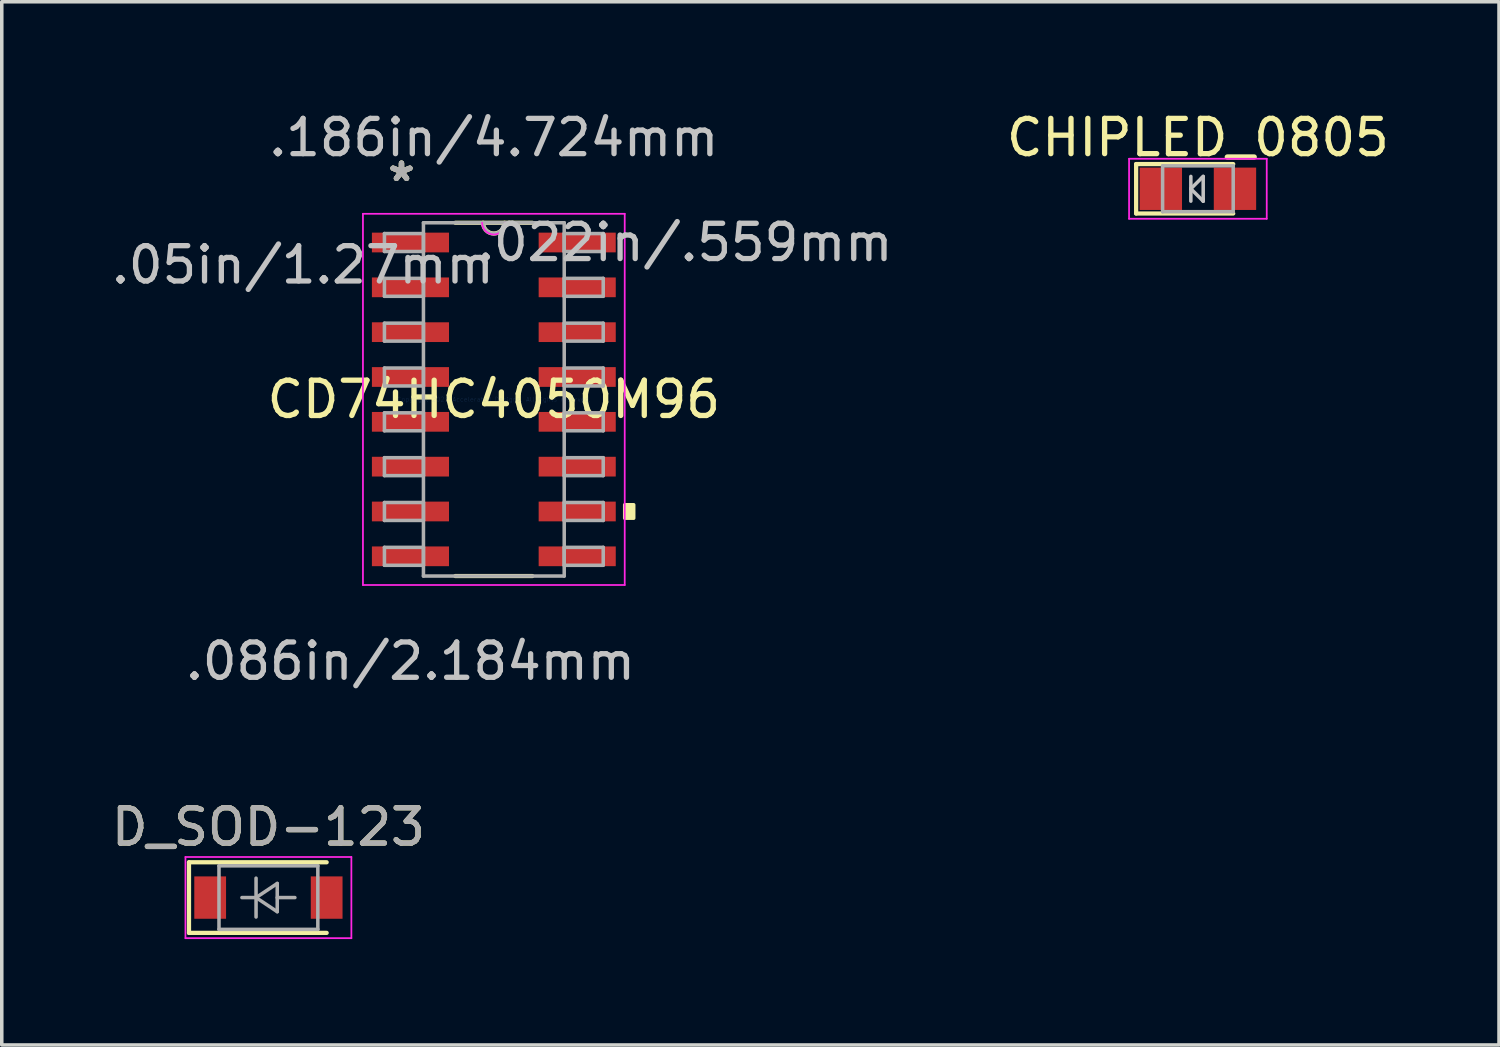
<source format=kicad_pcb>
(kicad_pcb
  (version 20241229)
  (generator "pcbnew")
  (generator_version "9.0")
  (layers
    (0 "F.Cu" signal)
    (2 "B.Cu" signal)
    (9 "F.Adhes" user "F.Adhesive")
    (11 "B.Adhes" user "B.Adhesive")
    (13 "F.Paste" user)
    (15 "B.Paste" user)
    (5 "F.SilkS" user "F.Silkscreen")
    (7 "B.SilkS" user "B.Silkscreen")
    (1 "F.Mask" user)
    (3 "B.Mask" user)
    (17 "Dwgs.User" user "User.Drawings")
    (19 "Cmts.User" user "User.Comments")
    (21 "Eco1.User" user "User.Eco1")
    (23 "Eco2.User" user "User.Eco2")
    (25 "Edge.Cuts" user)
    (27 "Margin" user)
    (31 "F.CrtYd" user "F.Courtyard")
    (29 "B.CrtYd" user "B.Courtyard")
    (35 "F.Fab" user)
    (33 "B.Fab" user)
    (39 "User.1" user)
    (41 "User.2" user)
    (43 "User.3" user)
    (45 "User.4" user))
  (footprint "D_SOD-123"
    (layer "F.Cu")
    (at 4.554 22.378)
    (property "Reference" "D_SOD-123" (at 0 -2 0) (layer "F.SilkS") (effects (font (size 1 1) (thickness 0.15))))
    (attr smd)
    (fp_line (start -2.25 -1) (end -2.25 1) (stroke (width 0.12) (type solid)) (layer "F.SilkS"))
    (fp_line (start -2.25 -1) (end 1.65 -1) (stroke (width 0.12) (type solid)) (layer "F.SilkS"))
    (fp_line (start -2.25 1) (end 1.65 1) (stroke (width 0.12) (type solid)) (layer "F.SilkS"))
    (fp_line (start -2.35 -1.15) (end -2.35 1.15) (stroke (width 0.05) (type solid)) (layer "F.CrtYd"))
    (fp_line (start -2.35 -1.15) (end 2.35 -1.15) (stroke (width 0.05) (type solid)) (layer "F.CrtYd"))
    (fp_line (start 2.35 -1.15) (end 2.35 1.15) (stroke (width 0.05) (type solid)) (layer "F.CrtYd"))
    (fp_line (start 2.35 1.15) (end -2.35 1.15) (stroke (width 0.05) (type solid)) (layer "F.CrtYd"))
    (fp_line (start -1.4 -0.9) (end 1.4 -0.9) (stroke (width 0.1) (type solid)) (layer "F.Fab"))
    (fp_line (start -1.4 0.9) (end -1.4 -0.9) (stroke (width 0.1) (type solid)) (layer "F.Fab"))
    (fp_line (start -0.75 0) (end -0.35 0) (stroke (width 0.1) (type solid)) (layer "F.Fab"))
    (fp_line (start -0.35 0) (end -0.35 -0.55) (stroke (width 0.1) (type solid)) (layer "F.Fab"))
    (fp_line (start -0.35 0) (end -0.35 0.55) (stroke (width 0.1) (type solid)) (layer "F.Fab"))
    (fp_line (start -0.35 0) (end 0.25 -0.4) (stroke (width 0.1) (type solid)) (layer "F.Fab"))
    (fp_line (start 0.25 -0.4) (end 0.25 0.4) (stroke (width 0.1) (type solid)) (layer "F.Fab"))
    (fp_line (start 0.25 0) (end 0.75 0) (stroke (width 0.1) (type solid)) (layer "F.Fab"))
    (fp_line (start 0.25 0.4) (end -0.35 0) (stroke (width 0.1) (type solid)) (layer "F.Fab"))
    (fp_line (start 1.4 -0.9) (end 1.4 0.9) (stroke (width 0.1) (type solid)) (layer "F.Fab"))
    (fp_line (start 1.4 0.9) (end -1.4 0.9) (stroke (width 0.1) (type solid)) (layer "F.Fab"))
    (fp_text user "${REFERENCE}" (at 0 -2 0) (layer "F.Fab") (effects (font (size 1 1) (thickness 0.15))))
    (pad "1" smd rect (at -1.65 0) (size 0.9 1.2) (layers "F.Cu" "F.Mask" "F.Paste"))
    (pad "2" smd rect (at 1.65 0) (size 0.9 1.2) (layers "F.Cu" "F.Mask" "F.Paste")))
  (footprint "CHIPLED_0805"
    (layer "F.Cu")
    (at 30.886 2.298)
    (property "Reference" "CHIPLED_0805" (at 0 -1.45 0) (layer "F.SilkS") (effects (font (size 1 1) (thickness 0.15))))
    (attr smd)
    (fp_line (start -1.75 -0.7) (end -1.75 0.7) (stroke (width 0.12) (type solid)) (layer "F.SilkS"))
    (fp_line (start -1.75 -0.7) (end 1 -0.7) (stroke (width 0.12) (type solid)) (layer "F.SilkS"))
    (fp_line (start -1.75 0.7) (end 1 0.7) (stroke (width 0.12) (type solid)) (layer "F.SilkS"))
    (fp_line (start -0.2 0) (end -0.2 -0.35) (stroke (width 0.1) (type solid)) (layer "Dwgs.User"))
    (fp_line (start -0.2 0) (end 0.1 -0.3) (stroke (width 0.1) (type solid)) (layer "Dwgs.User"))
    (fp_line (start -0.2 0.35) (end -0.2 0) (stroke (width 0.1) (type solid)) (layer "Dwgs.User"))
    (fp_line (start 0.1 -0.3) (end 0.15 -0.35) (stroke (width 0.1) (type solid)) (layer "Dwgs.User"))
    (fp_line (start 0.15 -0.35) (end 0.15 0.3) (stroke (width 0.1) (type solid)) (layer "Dwgs.User"))
    (fp_line (start 0.15 0.3) (end 0.15 0.35) (stroke (width 0.1) (type solid)) (layer "Dwgs.User"))
    (fp_line (start 0.15 0.35) (end -0.2 0) (stroke (width 0.1) (type solid)) (layer "Dwgs.User"))
    (fp_line (start 0.15 0.35) (end 0.15 0.3) (stroke (width 0.1) (type solid)) (layer "Dwgs.User"))
    (fp_line (start -1.95 -0.85) (end 1.95 -0.85) (stroke (width 0.05) (type solid)) (layer "F.CrtYd"))
    (fp_line (start -1.95 0.85) (end -1.95 -0.85) (stroke (width 0.05) (type solid)) (layer "F.CrtYd"))
    (fp_line (start 1.95 -0.85) (end 1.95 0.85) (stroke (width 0.05) (type solid)) (layer "F.CrtYd"))
    (fp_line (start 1.95 0.85) (end -1.95 0.85) (stroke (width 0.05) (type solid)) (layer "F.CrtYd"))
    (fp_line (start -1 -0.65) (end 1 -0.65) (stroke (width 0.1) (type solid)) (layer "F.Fab"))
    (fp_line (start -1 0.65) (end -1 -0.65) (stroke (width 0.1) (type solid)) (layer "F.Fab"))
    (fp_line (start 1 -0.65) (end 1 0.65) (stroke (width 0.1) (type solid)) (layer "F.Fab"))
    (fp_line (start 1 0.65) (end -1 0.65) (stroke (width 0.1) (type solid)) (layer "F.Fab"))
    (pad "1" smd rect (at -1.05 0 180) (size 1.2 1.2) (layers "F.Cu" "F.Mask" "F.Paste"))
    (pad "2" smd rect (at 1.05 0 180) (size 1.2 1.2) (layers "F.Cu" "F.Mask" "F.Paste")))
  (footprint "CD74HC4050M96"
    (layer "F.Cu")
    (at 10.94 8.265)
    (property "Reference" "CD74HC4050M96" (at 0 0 0) (layer "F.SilkS") (effects (font (size 1 1) (thickness 0.15))))
    (attr through_hole)
    (fp_line (start -1.089 5.004) (end 1.089 5.004) (stroke (width 0.12) (type solid)) (layer "F.SilkS"))
    (fp_line (start 1.089 -5.004) (end -1.089 -5.004) (stroke (width 0.12) (type solid)) (layer "F.SilkS"))
    (fp_arc (start 0.3048 -5.0038) (mid 0 -4.699) (end -0.3048 -5.0038) (stroke (width 0.12) (type solid)) (layer "F.SilkS"))
    (fp_poly (pts (xy 3.962 2.985) (xy 3.962 3.365) (xy 3.708 3.365) (xy 3.708 2.985)) (stroke (width 0.1) (type solid)) (fill yes) (layer "F.SilkS"))
    (fp_line (start -3.708 -5.258) (end 3.708 -5.258) (stroke (width 0.05) (type solid)) (layer "F.CrtYd"))
    (fp_line (start -3.708 5.258) (end -3.708 -5.258) (stroke (width 0.05) (type solid)) (layer "F.CrtYd"))
    (fp_line (start 3.708 -5.258) (end 3.708 5.258) (stroke (width 0.05) (type solid)) (layer "F.CrtYd"))
    (fp_line (start 3.708 5.258) (end -3.708 5.258) (stroke (width 0.05) (type solid)) (layer "F.CrtYd"))
    (fp_arc (start 0.332317 -5.0038) (mid 0 -4.671483) (end -0.332317 -5.0038) (stroke (width 0.05) (type solid)) (layer "F.CrtYd"))
    (fp_line (start -3.099 -4.699) (end -3.099 -4.191) (stroke (width 0.1) (type solid)) (layer "F.Fab"))
    (fp_line (start -3.099 -4.191) (end -1.994 -4.191) (stroke (width 0.1) (type solid)) (layer "F.Fab"))
    (fp_line (start -3.099 -3.429) (end -3.099 -2.921) (stroke (width 0.1) (type solid)) (layer "F.Fab"))
    (fp_line (start -3.099 -2.921) (end -1.994 -2.921) (stroke (width 0.1) (type solid)) (layer "F.Fab"))
    (fp_line (start -3.099 -2.159) (end -3.099 -1.651) (stroke (width 0.1) (type solid)) (layer "F.Fab"))
    (fp_line (start -3.099 -1.651) (end -1.994 -1.651) (stroke (width 0.1) (type solid)) (layer "F.Fab"))
    (fp_line (start -3.099 -0.889) (end -3.099 -0.381) (stroke (width 0.1) (type solid)) (layer "F.Fab"))
    (fp_line (start -3.099 -0.381) (end -1.994 -0.381) (stroke (width 0.1) (type solid)) (layer "F.Fab"))
    (fp_line (start -3.099 0.381) (end -3.099 0.889) (stroke (width 0.1) (type solid)) (layer "F.Fab"))
    (fp_line (start -3.099 0.889) (end -1.994 0.889) (stroke (width 0.1) (type solid)) (layer "F.Fab"))
    (fp_line (start -3.099 1.651) (end -3.099 2.159) (stroke (width 0.1) (type solid)) (layer "F.Fab"))
    (fp_line (start -3.099 2.159) (end -1.994 2.159) (stroke (width 0.1) (type solid)) (layer "F.Fab"))
    (fp_line (start -3.099 2.921) (end -3.099 3.429) (stroke (width 0.1) (type solid)) (layer "F.Fab"))
    (fp_line (start -3.099 3.429) (end -1.994 3.429) (stroke (width 0.1) (type solid)) (layer "F.Fab"))
    (fp_line (start -3.099 4.191) (end -3.099 4.699) (stroke (width 0.1) (type solid)) (layer "F.Fab"))
    (fp_line (start -3.099 4.699) (end -1.994 4.699) (stroke (width 0.1) (type solid)) (layer "F.Fab"))
    (fp_line (start -1.994 -5.004) (end -1.994 5.004) (stroke (width 0.1) (type solid)) (layer "F.Fab"))
    (fp_line (start -1.994 -4.699) (end -3.099 -4.699) (stroke (width 0.1) (type solid)) (layer "F.Fab"))
    (fp_line (start -1.994 -4.191) (end -1.994 -4.699) (stroke (width 0.1) (type solid)) (layer "F.Fab"))
    (fp_line (start -1.994 -3.429) (end -3.099 -3.429) (stroke (width 0.1) (type solid)) (layer "F.Fab"))
    (fp_line (start -1.994 -2.921) (end -1.994 -3.429) (stroke (width 0.1) (type solid)) (layer "F.Fab"))
    (fp_line (start -1.994 -2.159) (end -3.099 -2.159) (stroke (width 0.1) (type solid)) (layer "F.Fab"))
    (fp_line (start -1.994 -1.651) (end -1.994 -2.159) (stroke (width 0.1) (type solid)) (layer "F.Fab"))
    (fp_line (start -1.994 -0.889) (end -3.099 -0.889) (stroke (width 0.1) (type solid)) (layer "F.Fab"))
    (fp_line (start -1.994 -0.381) (end -1.994 -0.889) (stroke (width 0.1) (type solid)) (layer "F.Fab"))
    (fp_line (start -1.994 0.381) (end -3.099 0.381) (stroke (width 0.1) (type solid)) (layer "F.Fab"))
    (fp_line (start -1.994 0.889) (end -1.994 0.381) (stroke (width 0.1) (type solid)) (layer "F.Fab"))
    (fp_line (start -1.994 1.651) (end -3.099 1.651) (stroke (width 0.1) (type solid)) (layer "F.Fab"))
    (fp_line (start -1.994 2.159) (end -1.994 1.651) (stroke (width 0.1) (type solid)) (layer "F.Fab"))
    (fp_line (start -1.994 2.921) (end -3.099 2.921) (stroke (width 0.1) (type solid)) (layer "F.Fab"))
    (fp_line (start -1.994 3.429) (end -1.994 2.921) (stroke (width 0.1) (type solid)) (layer "F.Fab"))
    (fp_line (start -1.994 4.191) (end -3.099 4.191) (stroke (width 0.1) (type solid)) (layer "F.Fab"))
    (fp_line (start -1.994 4.699) (end -1.994 4.191) (stroke (width 0.1) (type solid)) (layer "F.Fab"))
    (fp_line (start -1.994 5.004) (end 1.994 5.004) (stroke (width 0.1) (type solid)) (layer "F.Fab"))
    (fp_line (start 1.994 -5.004) (end -1.994 -5.004) (stroke (width 0.1) (type solid)) (layer "F.Fab"))
    (fp_line (start 1.994 -4.699) (end 1.994 -4.191) (stroke (width 0.1) (type solid)) (layer "F.Fab"))
    (fp_line (start 1.994 -4.191) (end 3.099 -4.191) (stroke (width 0.1) (type solid)) (layer "F.Fab"))
    (fp_line (start 1.994 -3.429) (end 1.994 -2.921) (stroke (width 0.1) (type solid)) (layer "F.Fab"))
    (fp_line (start 1.994 -2.921) (end 3.099 -2.921) (stroke (width 0.1) (type solid)) (layer "F.Fab"))
    (fp_line (start 1.994 -2.159) (end 1.994 -1.651) (stroke (width 0.1) (type solid)) (layer "F.Fab"))
    (fp_line (start 1.994 -1.651) (end 3.099 -1.651) (stroke (width 0.1) (type solid)) (layer "F.Fab"))
    (fp_line (start 1.994 -0.889) (end 1.994 -0.381) (stroke (width 0.1) (type solid)) (layer "F.Fab"))
    (fp_line (start 1.994 -0.381) (end 3.099 -0.381) (stroke (width 0.1) (type solid)) (layer "F.Fab"))
    (fp_line (start 1.994 0.381) (end 1.994 0.889) (stroke (width 0.1) (type solid)) (layer "F.Fab"))
    (fp_line (start 1.994 0.889) (end 3.099 0.889) (stroke (width 0.1) (type solid)) (layer "F.Fab"))
    (fp_line (start 1.994 1.651) (end 1.994 2.159) (stroke (width 0.1) (type solid)) (layer "F.Fab"))
    (fp_line (start 1.994 2.159) (end 3.099 2.159) (stroke (width 0.1) (type solid)) (layer "F.Fab"))
    (fp_line (start 1.994 2.921) (end 1.994 3.429) (stroke (width 0.1) (type solid)) (layer "F.Fab"))
    (fp_line (start 1.994 3.429) (end 3.099 3.429) (stroke (width 0.1) (type solid)) (layer "F.Fab"))
    (fp_line (start 1.994 4.191) (end 1.994 4.699) (stroke (width 0.1) (type solid)) (layer "F.Fab"))
    (fp_line (start 1.994 4.699) (end 3.099 4.699) (stroke (width 0.1) (type solid)) (layer "F.Fab"))
    (fp_line (start 1.994 5.004) (end 1.994 -5.004) (stroke (width 0.1) (type solid)) (layer "F.Fab"))
    (fp_line (start 3.099 -4.699) (end 1.994 -4.699) (stroke (width 0.1) (type solid)) (layer "F.Fab"))
    (fp_line (start 3.099 -4.191) (end 3.099 -4.699) (stroke (width 0.1) (type solid)) (layer "F.Fab"))
    (fp_line (start 3.099 -3.429) (end 1.994 -3.429) (stroke (width 0.1) (type solid)) (layer "F.Fab"))
    (fp_line (start 3.099 -2.921) (end 3.099 -3.429) (stroke (width 0.1) (type solid)) (layer "F.Fab"))
    (fp_line (start 3.099 -2.159) (end 1.994 -2.159) (stroke (width 0.1) (type solid)) (layer "F.Fab"))
    (fp_line (start 3.099 -1.651) (end 3.099 -2.159) (stroke (width 0.1) (type solid)) (layer "F.Fab"))
    (fp_line (start 3.099 -0.889) (end 1.994 -0.889) (stroke (width 0.1) (type solid)) (layer "F.Fab"))
    (fp_line (start 3.099 -0.381) (end 3.099 -0.889) (stroke (width 0.1) (type solid)) (layer "F.Fab"))
    (fp_line (start 3.099 0.381) (end 1.994 0.381) (stroke (width 0.1) (type solid)) (layer "F.Fab"))
    (fp_line (start 3.099 0.889) (end 3.099 0.381) (stroke (width 0.1) (type solid)) (layer "F.Fab"))
    (fp_line (start 3.099 1.651) (end 1.994 1.651) (stroke (width 0.1) (type solid)) (layer "F.Fab"))
    (fp_line (start 3.099 2.159) (end 3.099 1.651) (stroke (width 0.1) (type solid)) (layer "F.Fab"))
    (fp_line (start 3.099 2.921) (end 1.994 2.921) (stroke (width 0.1) (type solid)) (layer "F.Fab"))
    (fp_line (start 3.099 3.429) (end 3.099 2.921) (stroke (width 0.1) (type solid)) (layer "F.Fab"))
    (fp_line (start 3.099 4.191) (end 1.994 4.191) (stroke (width 0.1) (type solid)) (layer "F.Fab"))
    (fp_line (start 3.099 4.699) (end 3.099 4.191) (stroke (width 0.1) (type solid)) (layer "F.Fab"))
    (fp_arc (start 0.3048 -5.0038) (mid 0 -4.699) (end -0.3048 -5.0038) (stroke (width 0.1) (type solid)) (layer "F.Fab"))
    (fp_text user "*" (at -2.616 -6.147 0) (layer "F.SilkS") (effects (font (size 1 1) (thickness 0.15))))
    (fp_text user "*" (at -2.616 -6.147 0) (layer "F.SilkS") (effects (font (size 1 1) (thickness 0.15))))
    (fp_text user ".186in/4.724mm" (at 0 -7.417 0) (layer "Dwgs.User") (effects (font (size 1 1) (thickness 0.15))))
    (fp_text user ".05in/1.27mm" (at -5.41 -3.81 0) (layer "Dwgs.User") (effects (font (size 1 1) (thickness 0.15))))
    (fp_text user ".086in/2.184mm" (at -2.362 7.417 0) (layer "Dwgs.User") (effects (font (size 1 1) (thickness 0.15))))
    (fp_text user ".022in/.559mm" (at 5.41 -4.445 0) (layer "Dwgs.User") (effects (font (size 1 1) (thickness 0.15))))
    (fp_text user "Copyright 2021 Accelerated Designs. All rights reserved." (at 0 0 0) (layer "Cmts.User") (effects (font (size 0.127 0.127) (thickness 0.002))))
    (fp_text user "*" (at -2.616 -6.147 0) (layer "F.Fab") (effects (font (size 1 1) (thickness 0.15))))
    (fp_text user "*" (at -2.616 -6.147 0) (layer "F.Fab") (effects (font (size 1 1) (thickness 0.15))))
    (pad "1" smd rect (at -2.362 -4.445) (size 2.184 0.559) (layers "F.Cu" "F.Mask" "F.Paste"))
    (pad "2" smd rect (at -2.362 -3.175) (size 2.184 0.559) (layers "F.Cu" "F.Mask" "F.Paste"))
    (pad "3" smd rect (at -2.362 -1.905) (size 2.184 0.559) (layers "F.Cu" "F.Mask" "F.Paste"))
    (pad "4" smd rect (at -2.362 -0.635) (size 2.184 0.559) (layers "F.Cu" "F.Mask" "F.Paste"))
    (pad "5" smd rect (at -2.362 0.635) (size 2.184 0.559) (layers "F.Cu" "F.Mask" "F.Paste"))
    (pad "6" smd rect (at -2.362 1.905) (size 2.184 0.559) (layers "F.Cu" "F.Mask" "F.Paste"))
    (pad "7" smd rect (at -2.362 3.175) (size 2.184 0.559) (layers "F.Cu" "F.Mask" "F.Paste"))
    (pad "8" smd rect (at -2.362 4.445) (size 2.184 0.559) (layers "F.Cu" "F.Mask" "F.Paste"))
    (pad "9" smd rect (at 2.362 4.445) (size 2.184 0.559) (layers "F.Cu" "F.Mask" "F.Paste"))
    (pad "10" smd rect (at 2.362 3.175) (size 2.184 0.559) (layers "F.Cu" "F.Mask" "F.Paste"))
    (pad "11" smd rect (at 2.362 1.905) (size 2.184 0.559) (layers "F.Cu" "F.Mask" "F.Paste"))
    (pad "12" smd rect (at 2.362 0.635) (size 2.184 0.559) (layers "F.Cu" "F.Mask" "F.Paste"))
    (pad "13" smd rect (at 2.362 -0.635) (size 2.184 0.559) (layers "F.Cu" "F.Mask" "F.Paste"))
    (pad "14" smd rect (at 2.362 -1.905) (size 2.184 0.559) (layers "F.Cu" "F.Mask" "F.Paste"))
    (pad "15" smd rect (at 2.362 -3.175) (size 2.184 0.559) (layers "F.Cu" "F.Mask" "F.Paste"))
    (pad "16" smd rect (at 2.362 -4.445) (size 2.184 0.559) (layers "F.Cu" "F.Mask" "F.Paste")))
  (gr_rect
    (start -3 -3)
    (end 39.416 26.553)
    (stroke (width 0.1) (type default))
    (fill no)
    (layer "Edge.Cuts")))
</source>
